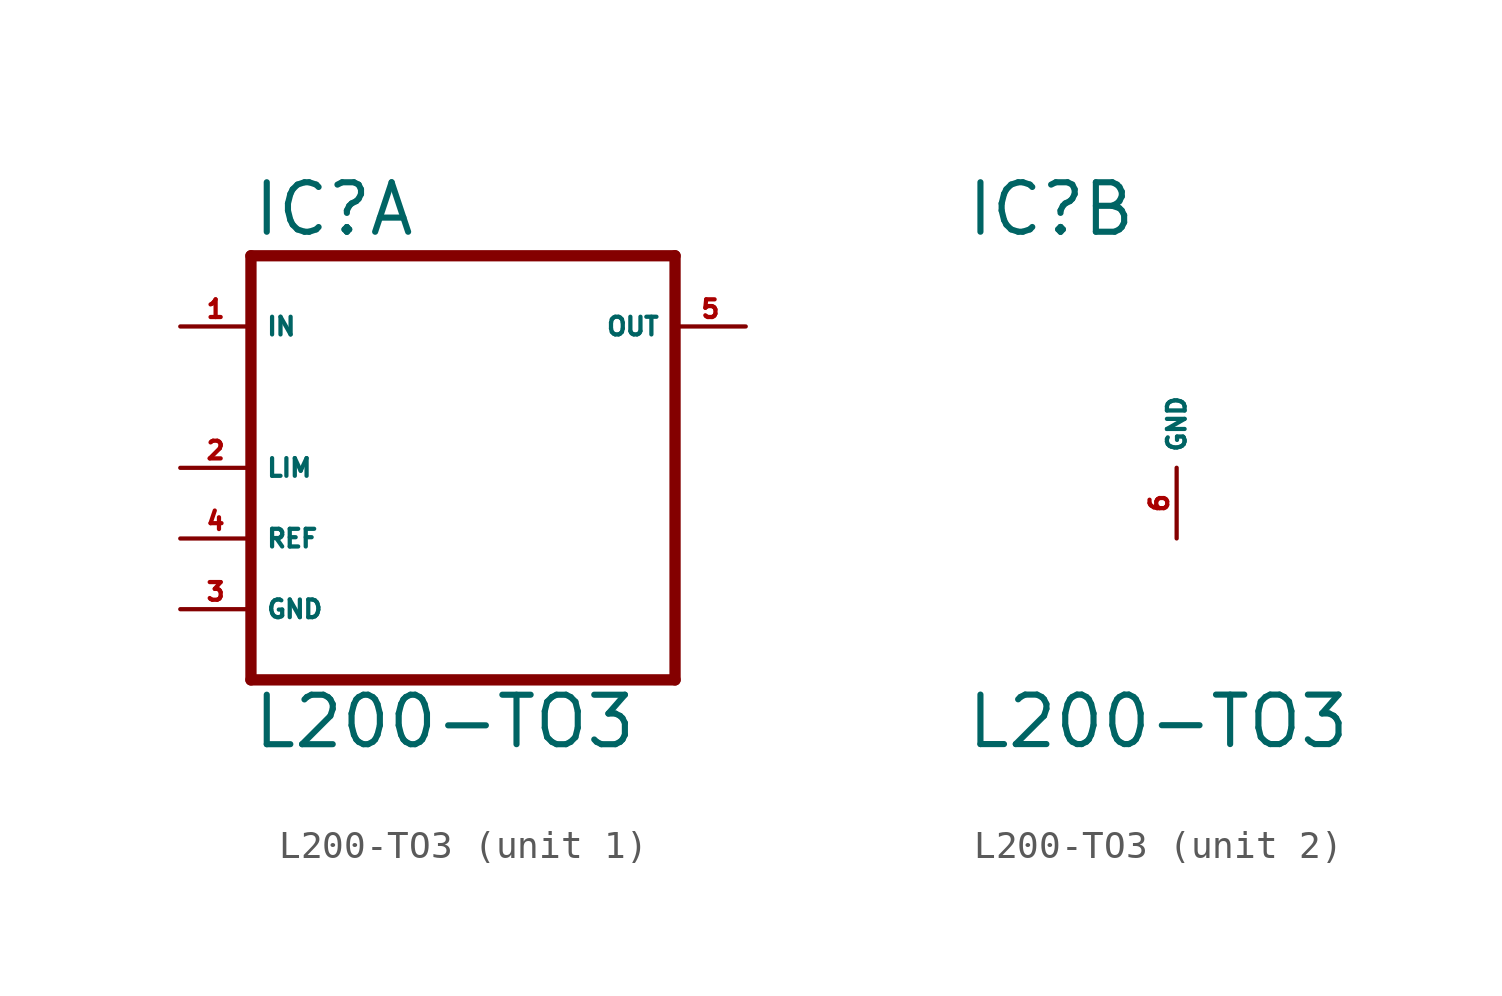
<source format=kicad_sym>
(kicad_symbol_lib
  (version 20220914)
  (generator Eagle2Kicad)
  (symbol "L200-TO3"
    (property "Reference" "IC"
      (at -7.62 8.255 0)
      (effects (font (size 1.778 1.778) (thickness 0.22)) (justify left bottom)))
    (property "Value" "L200-TO3"
      (at -7.62 -10.16 0)
      (effects (font (size 1.778 1.778) (thickness 0.22)) (justify left bottom)))
    (symbol "L200-TO3_1_0"
      (polyline (pts (xy -7.62 -7.62) (xy 7.62 -7.62)) (stroke (width 0.406) (type default)) (fill (type none)))
      (polyline (pts (xy 7.62 -7.62) (xy 7.62 7.62)) (stroke (width 0.406) (type default)) (fill (type none)))
      (polyline (pts (xy 7.62 7.62) (xy -7.62 7.62)) (stroke (width 0.406) (type default)) (fill (type none)))
      (polyline (pts (xy -7.62 7.62) (xy -7.62 -7.62)) (stroke (width 0.406) (type default)) (fill (type none)))
      (pin input line (at -10.16 5.08 0) (length 2.54) (name "IN" (effects (font (size 0.635 0.635) (thickness 0.08)) (justify left bottom))) (number "1" (effects (font (size 0.635 0.635) (thickness 0.08)) (justify left bottom))))
      (pin passive line (at -10.16 -5.08 0) (length 2.54) (name "GND" (effects (font (size 0.635 0.635) (thickness 0.08)) (justify left bottom))) (number "3" (effects (font (size 0.635 0.635) (thickness 0.08)) (justify left bottom))))
      (pin passive line (at 10.16 5.08 180) (length 2.54) (name "OUT" (effects (font (size 0.635 0.635) (thickness 0.08)) (justify left bottom))) (number "5" (effects (font (size 0.635 0.635) (thickness 0.08)) (justify left bottom))))
      (pin input line (at -10.16 -2.54 0) (length 2.54) (name "REF" (effects (font (size 0.635 0.635) (thickness 0.08)) (justify left bottom))) (number "4" (effects (font (size 0.635 0.635) (thickness 0.08)) (justify left bottom))))
      (pin input line (at -10.16 0 0) (length 2.54) (name "LIM" (effects (font (size 0.635 0.635) (thickness 0.08)) (justify left bottom))) (number "2" (effects (font (size 0.635 0.635) (thickness 0.08)) (justify left bottom)))))
    (symbol "L200-TO3_2_0"
      (pin unspecified line (at 0 -2.54 90) (length 2.54) (name "GND" (effects (font (size 0.635 0.635) (thickness 0.08)) (justify left bottom))) (number "6" (effects (font (size 0.635 0.635) (thickness 0.08)) (justify left bottom)))))))
</source>
